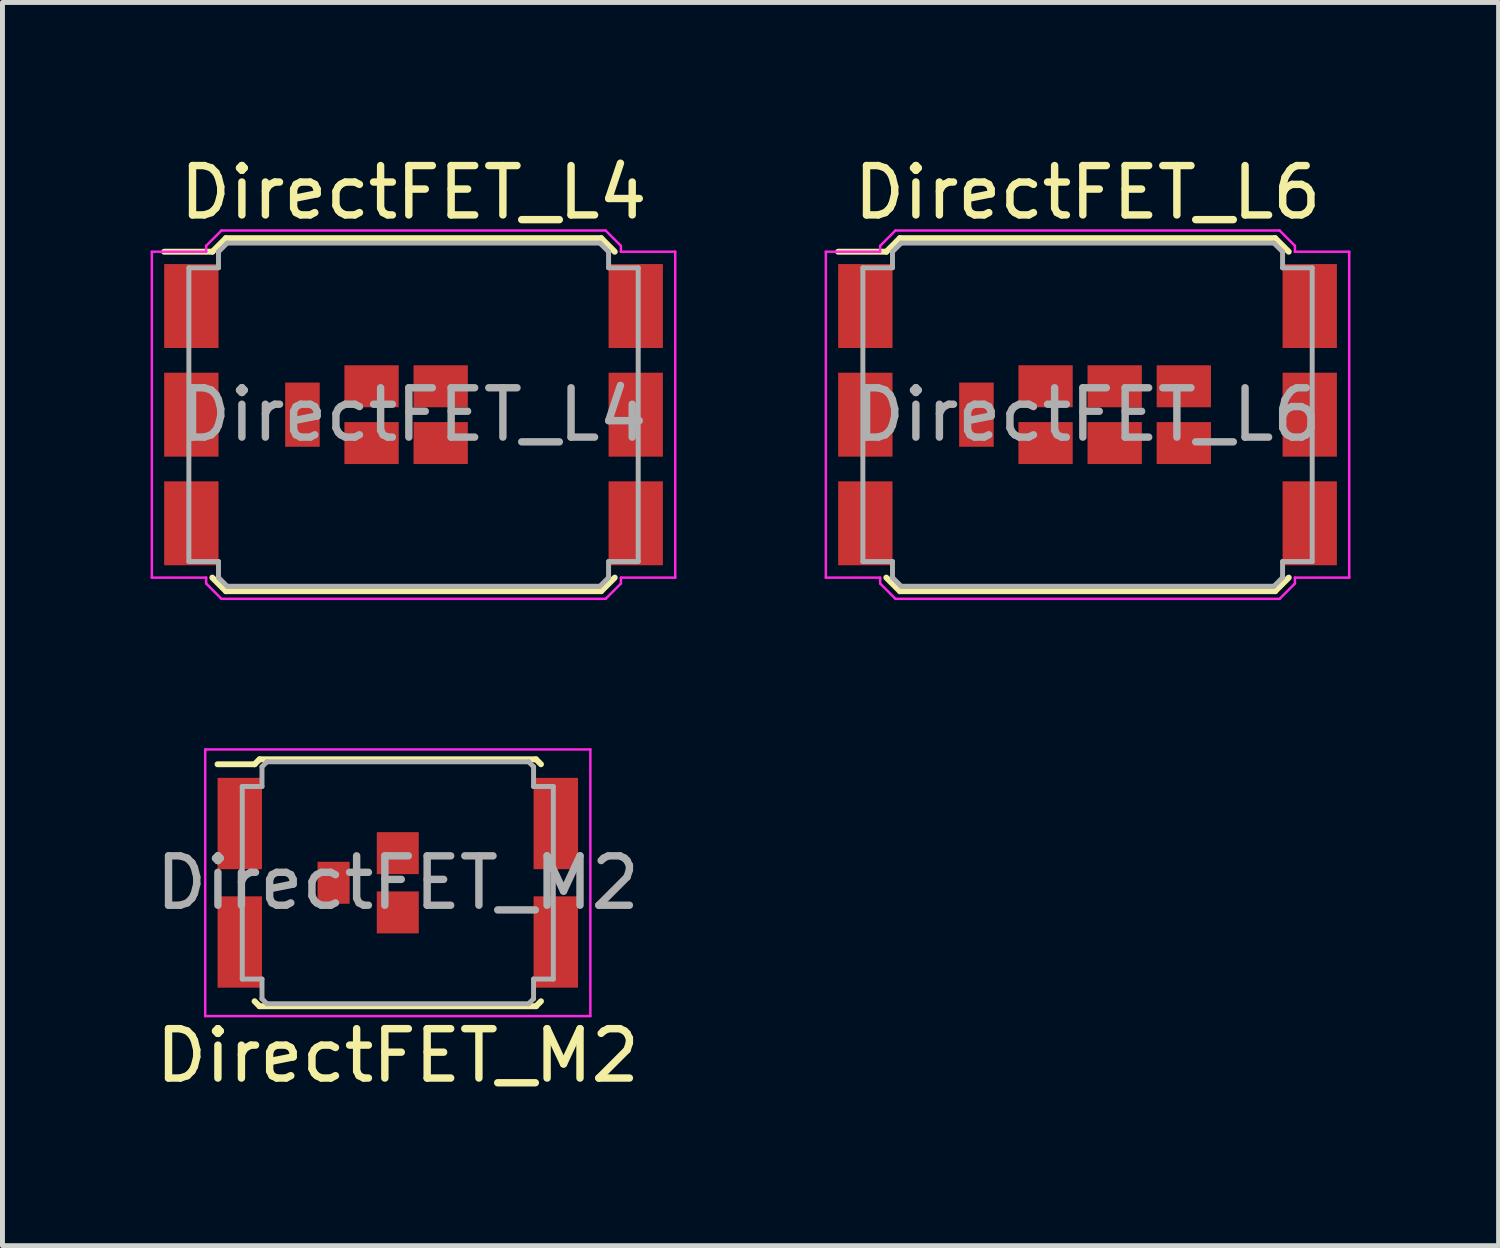
<source format=kicad_pcb>
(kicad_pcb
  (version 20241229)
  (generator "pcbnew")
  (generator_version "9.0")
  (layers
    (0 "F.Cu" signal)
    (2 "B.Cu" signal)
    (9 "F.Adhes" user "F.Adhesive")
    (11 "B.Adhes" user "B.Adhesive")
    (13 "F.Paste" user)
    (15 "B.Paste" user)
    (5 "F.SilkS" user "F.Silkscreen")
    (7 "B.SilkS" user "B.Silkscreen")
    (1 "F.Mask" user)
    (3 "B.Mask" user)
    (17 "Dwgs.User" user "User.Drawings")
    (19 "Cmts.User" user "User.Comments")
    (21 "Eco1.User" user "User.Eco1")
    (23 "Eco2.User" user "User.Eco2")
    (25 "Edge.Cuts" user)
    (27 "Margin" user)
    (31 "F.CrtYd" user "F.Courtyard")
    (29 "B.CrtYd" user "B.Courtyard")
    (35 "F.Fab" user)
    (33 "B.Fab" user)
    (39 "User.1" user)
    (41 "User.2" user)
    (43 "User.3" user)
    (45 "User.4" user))
  (footprint "DirectFET_L6"
    (layer "F.Cu")
    (at 18.975 5.348)
    (property "Reference" "DirectFET_L6" (at 0 -4.5 0) (layer "F.SilkS") (effects (font (size 1 1) (thickness 0.15))))
    (attr smd)
    (fp_line (start -5.05 -3.3) (end -4.075 -3.3) (stroke (width 0.12) (type solid)) (layer "F.SilkS"))
    (fp_line (start -4.075 -3.3) (end -3.8 -3.575) (stroke (width 0.12) (type solid)) (layer "F.SilkS"))
    (fp_line (start -4.075 3.3) (end -3.8 3.575) (stroke (width 0.12) (type solid)) (layer "F.SilkS"))
    (fp_line (start 3.8 -3.575) (end -3.8 -3.575) (stroke (width 0.12) (type solid)) (layer "F.SilkS"))
    (fp_line (start 3.8 3.575) (end -3.8 3.575) (stroke (width 0.12) (type solid)) (layer "F.SilkS"))
    (fp_line (start 4.075 -3.3) (end 3.8 -3.575) (stroke (width 0.12) (type solid)) (layer "F.SilkS"))
    (fp_line (start 4.075 3.3) (end 3.8 3.575) (stroke (width 0.12) (type solid)) (layer "F.SilkS"))
    (fp_line (start -5.3 -3.3) (end -5.3 3.3) (stroke (width 0.05) (type solid)) (layer "F.CrtYd"))
    (fp_line (start -4.2 -3.42) (end -3.89 -3.73) (stroke (width 0.05) (type solid)) (layer "F.CrtYd"))
    (fp_line (start -4.2 -3.3) (end -5.3 -3.3) (stroke (width 0.05) (type solid)) (layer "F.CrtYd"))
    (fp_line (start -4.2 -3.3) (end -4.2 -3.42) (stroke (width 0.05) (type solid)) (layer "F.CrtYd"))
    (fp_line (start -4.2 3.3) (end -5.3 3.3) (stroke (width 0.05) (type solid)) (layer "F.CrtYd"))
    (fp_line (start -4.2 3.3) (end -4.2 3.42) (stroke (width 0.05) (type solid)) (layer "F.CrtYd"))
    (fp_line (start -4.2 3.42) (end -3.89 3.73) (stroke (width 0.05) (type solid)) (layer "F.CrtYd"))
    (fp_line (start 3.89 -3.73) (end -3.89 -3.73) (stroke (width 0.05) (type solid)) (layer "F.CrtYd"))
    (fp_line (start 3.89 3.73) (end -3.89 3.73) (stroke (width 0.05) (type solid)) (layer "F.CrtYd"))
    (fp_line (start 4.2 -3.42) (end 3.89 -3.73) (stroke (width 0.05) (type solid)) (layer "F.CrtYd"))
    (fp_line (start 4.2 -3.3) (end 4.2 -3.42) (stroke (width 0.05) (type solid)) (layer "F.CrtYd"))
    (fp_line (start 4.2 -3.3) (end 5.3 -3.3) (stroke (width 0.05) (type solid)) (layer "F.CrtYd"))
    (fp_line (start 4.2 3.3) (end 4.2 3.42) (stroke (width 0.05) (type solid)) (layer "F.CrtYd"))
    (fp_line (start 4.2 3.3) (end 5.3 3.3) (stroke (width 0.05) (type solid)) (layer "F.CrtYd"))
    (fp_line (start 4.2 3.42) (end 3.89 3.73) (stroke (width 0.05) (type solid)) (layer "F.CrtYd"))
    (fp_line (start 5.3 -3.3) (end 5.3 3.3) (stroke (width 0.05) (type solid)) (layer "F.CrtYd"))
    (fp_line (start -4.55 -2.975) (end -4.55 2.975) (stroke (width 0.1) (type solid)) (layer "F.Fab"))
    (fp_line (start -4.55 -2.975) (end -3.95 -2.975) (stroke (width 0.1) (type solid)) (layer "F.Fab"))
    (fp_line (start -4.55 2.975) (end -3.95 2.975) (stroke (width 0.1) (type solid)) (layer "F.Fab"))
    (fp_line (start -3.95 -3.3) (end -3.775 -3.475) (stroke (width 0.1) (type solid)) (layer "F.Fab"))
    (fp_line (start -3.95 -2.975) (end -3.95 -3.3) (stroke (width 0.1) (type solid)) (layer "F.Fab"))
    (fp_line (start -3.95 2.975) (end -3.95 3.3) (stroke (width 0.1) (type solid)) (layer "F.Fab"))
    (fp_line (start -3.95 3.3) (end -3.775 3.475) (stroke (width 0.1) (type solid)) (layer "F.Fab"))
    (fp_line (start 3.775 -3.475) (end -3.775 -3.475) (stroke (width 0.1) (type solid)) (layer "F.Fab"))
    (fp_line (start 3.775 3.475) (end -3.775 3.475) (stroke (width 0.1) (type solid)) (layer "F.Fab"))
    (fp_line (start 3.95 -3.3) (end 3.775 -3.475) (stroke (width 0.1) (type solid)) (layer "F.Fab"))
    (fp_line (start 3.95 -2.975) (end 3.95 -3.3) (stroke (width 0.1) (type solid)) (layer "F.Fab"))
    (fp_line (start 3.95 2.975) (end 3.95 3.3) (stroke (width 0.1) (type solid)) (layer "F.Fab"))
    (fp_line (start 3.95 3.3) (end 3.775 3.475) (stroke (width 0.1) (type solid)) (layer "F.Fab"))
    (fp_line (start 4.55 -2.975) (end 3.95 -2.975) (stroke (width 0.1) (type solid)) (layer "F.Fab"))
    (fp_line (start 4.55 -2.975) (end 4.55 2.975) (stroke (width 0.1) (type solid)) (layer "F.Fab"))
    (fp_line (start 4.55 2.975) (end 3.95 2.975) (stroke (width 0.1) (type solid)) (layer "F.Fab"))
    (fp_text user "${REFERENCE}" (at 0 0 0) (layer "F.Fab") (effects (font (size 1 1) (thickness 0.15))))
    (pad "1" smd rect (at -4.5 -2.2) (size 1.1 1.7) (layers "F.Cu" "F.Mask" "F.Paste"))
    (pad "1" smd rect (at -4.5 0) (size 1.1 1.7) (layers "F.Cu" "F.Mask" "F.Paste"))
    (pad "1" smd rect (at -4.5 2.2) (size 1.1 1.7) (layers "F.Cu" "F.Mask" "F.Paste"))
    (pad "1" smd rect (at 4.5 -2.2) (size 1.1 1.7) (layers "F.Cu" "F.Mask" "F.Paste"))
    (pad "1" smd rect (at 4.5 0) (size 1.1 1.7) (layers "F.Cu" "F.Mask" "F.Paste"))
    (pad "1" smd rect (at 4.5 2.2) (size 1.1 1.7) (layers "F.Cu" "F.Mask" "F.Paste"))
    (pad "2" smd rect (at -2.25 0) (size 0.7 1.3) (layers "F.Cu" "F.Mask" "F.Paste"))
    (pad "3" smd rect (at -0.85 -0.575) (size 1.1 0.85) (layers "F.Cu" "F.Mask" "F.Paste"))
    (pad "3" smd rect (at -0.85 0.575) (size 1.1 0.85) (layers "F.Cu" "F.Mask" "F.Paste"))
    (pad "3" smd rect (at 0.55 -0.575) (size 1.1 0.85) (layers "F.Cu" "F.Mask" "F.Paste"))
    (pad "3" smd rect (at 0.55 0.575) (size 1.1 0.85) (layers "F.Cu" "F.Mask" "F.Paste"))
    (pad "3" smd rect (at 1.95 -0.575) (size 1.1 0.85) (layers "F.Cu" "F.Mask" "F.Paste"))
    (pad "3" smd rect (at 1.95 0.575) (size 1.1 0.85) (layers "F.Cu" "F.Mask" "F.Paste")))
  (footprint "DirectFET_M2"
    (layer "F.Cu")
    (at 5.006 14.828)
    (property "Reference" "DirectFET_M2" (at 0 3.5 0) (layer "F.SilkS") (effects (font (size 1 1) (thickness 0.15))))
    (attr smd)
    (fp_line (start -3.65 -2.4) (end -2.9 -2.4) (stroke (width 0.12) (type solid)) (layer "F.SilkS"))
    (fp_line (start -2.9 -2.4) (end -2.8 -2.5) (stroke (width 0.12) (type solid)) (layer "F.SilkS"))
    (fp_line (start -2.8 -2.5) (end 2.8 -2.5) (stroke (width 0.12) (type solid)) (layer "F.SilkS"))
    (fp_line (start -2.8 2.5) (end -2.9 2.4) (stroke (width 0.12) (type solid)) (layer "F.SilkS"))
    (fp_line (start 2.8 -2.5) (end 2.9 -2.4) (stroke (width 0.12) (type solid)) (layer "F.SilkS"))
    (fp_line (start 2.8 2.5) (end -2.8 2.5) (stroke (width 0.12) (type solid)) (layer "F.SilkS"))
    (fp_line (start 2.9 2.4) (end 2.8 2.5) (stroke (width 0.12) (type solid)) (layer "F.SilkS"))
    (fp_line (start -3.9 -2.7) (end -3.9 2.7) (stroke (width 0.05) (type solid)) (layer "F.CrtYd"))
    (fp_line (start -3.9 2.7) (end 3.9 2.7) (stroke (width 0.05) (type solid)) (layer "F.CrtYd"))
    (fp_line (start 3.9 -2.7) (end -3.9 -2.7) (stroke (width 0.05) (type solid)) (layer "F.CrtYd"))
    (fp_line (start 3.9 2.7) (end 3.9 -2.7) (stroke (width 0.05) (type solid)) (layer "F.CrtYd"))
    (fp_line (start -3.15 -1.95) (end -2.75 -1.95) (stroke (width 0.1) (type solid)) (layer "F.Fab"))
    (fp_line (start -3.15 1.95) (end -3.15 -1.95) (stroke (width 0.1) (type solid)) (layer "F.Fab"))
    (fp_line (start -3.15 1.95) (end -2.75 1.95) (stroke (width 0.1) (type solid)) (layer "F.Fab"))
    (fp_line (start -2.75 -2.35) (end -2.65 -2.45) (stroke (width 0.1) (type solid)) (layer "F.Fab"))
    (fp_line (start -2.75 -1.95) (end -2.75 -2.35) (stroke (width 0.1) (type solid)) (layer "F.Fab"))
    (fp_line (start -2.75 1.95) (end -2.75 2.35) (stroke (width 0.1) (type solid)) (layer "F.Fab"))
    (fp_line (start -2.75 2.35) (end -2.65 2.45) (stroke (width 0.1) (type solid)) (layer "F.Fab"))
    (fp_line (start -2.65 2.45) (end 2.65 2.45) (stroke (width 0.1) (type solid)) (layer "F.Fab"))
    (fp_line (start 2.65 -2.45) (end -2.65 -2.45) (stroke (width 0.1) (type solid)) (layer "F.Fab"))
    (fp_line (start 2.65 -2.45) (end 2.75 -2.35) (stroke (width 0.1) (type solid)) (layer "F.Fab"))
    (fp_line (start 2.75 -2.35) (end 2.75 -1.95) (stroke (width 0.1) (type solid)) (layer "F.Fab"))
    (fp_line (start 2.75 -1.95) (end 3.15 -1.95) (stroke (width 0.1) (type solid)) (layer "F.Fab"))
    (fp_line (start 2.75 1.95) (end 2.75 2.35) (stroke (width 0.1) (type solid)) (layer "F.Fab"))
    (fp_line (start 2.75 2.35) (end 2.65 2.45) (stroke (width 0.1) (type solid)) (layer "F.Fab"))
    (fp_line (start 3.15 -1.95) (end 3.15 1.95) (stroke (width 0.1) (type solid)) (layer "F.Fab"))
    (fp_line (start 3.15 1.95) (end 2.75 1.95) (stroke (width 0.1) (type solid)) (layer "F.Fab"))
    (fp_text user "${REFERENCE}" (at 0 0 0) (layer "F.Fab") (effects (font (size 1 1) (thickness 0.15))))
    (pad "1" smd rect (at -3.2 -1.2) (size 0.9 1.85) (layers "F.Cu" "F.Mask" "F.Paste"))
    (pad "1" smd rect (at -3.2 1.2) (size 0.9 1.85) (layers "F.Cu" "F.Mask" "F.Paste"))
    (pad "1" smd rect (at 3.2 -1.2) (size 0.9 1.85) (layers "F.Cu" "F.Mask" "F.Paste"))
    (pad "1" smd rect (at 3.2 1.2) (size 0.9 1.85) (layers "F.Cu" "F.Mask" "F.Paste"))
    (pad "2" smd rect (at -1.3 0) (size 0.65 0.85) (layers "F.Cu" "F.Mask" "F.Paste"))
    (pad "3" smd rect (at 0 -0.6) (size 0.85 0.85) (layers "F.Cu" "F.Mask" "F.Paste"))
    (pad "3" smd rect (at 0 0.6) (size 0.85 0.85) (layers "F.Cu" "F.Mask" "F.Paste")))
  (footprint "DirectFET_L4"
    (layer "F.Cu")
    (at 5.325 5.348)
    (property "Reference" "DirectFET_L4" (at 0 -4.5 0) (layer "F.SilkS") (effects (font (size 1 1) (thickness 0.15))))
    (attr smd)
    (fp_line (start -5.05 -3.3) (end -4.075 -3.3) (stroke (width 0.12) (type solid)) (layer "F.SilkS"))
    (fp_line (start -4.075 -3.3) (end -3.8 -3.575) (stroke (width 0.12) (type solid)) (layer "F.SilkS"))
    (fp_line (start -4.075 3.3) (end -3.8 3.575) (stroke (width 0.12) (type solid)) (layer "F.SilkS"))
    (fp_line (start 3.8 -3.575) (end -3.8 -3.575) (stroke (width 0.12) (type solid)) (layer "F.SilkS"))
    (fp_line (start 3.8 3.575) (end -3.8 3.575) (stroke (width 0.12) (type solid)) (layer "F.SilkS"))
    (fp_line (start 4.075 -3.3) (end 3.8 -3.575) (stroke (width 0.12) (type solid)) (layer "F.SilkS"))
    (fp_line (start 4.075 3.3) (end 3.8 3.575) (stroke (width 0.12) (type solid)) (layer "F.SilkS"))
    (fp_line (start -5.3 -3.3) (end -5.3 3.3) (stroke (width 0.05) (type solid)) (layer "F.CrtYd"))
    (fp_line (start -4.2 -3.42) (end -3.89 -3.73) (stroke (width 0.05) (type solid)) (layer "F.CrtYd"))
    (fp_line (start -4.2 -3.3) (end -5.3 -3.3) (stroke (width 0.05) (type solid)) (layer "F.CrtYd"))
    (fp_line (start -4.2 -3.3) (end -4.2 -3.42) (stroke (width 0.05) (type solid)) (layer "F.CrtYd"))
    (fp_line (start -4.2 3.3) (end -5.3 3.3) (stroke (width 0.05) (type solid)) (layer "F.CrtYd"))
    (fp_line (start -4.2 3.3) (end -4.2 3.42) (stroke (width 0.05) (type solid)) (layer "F.CrtYd"))
    (fp_line (start -4.2 3.42) (end -3.89 3.73) (stroke (width 0.05) (type solid)) (layer "F.CrtYd"))
    (fp_line (start 3.89 -3.73) (end -3.89 -3.73) (stroke (width 0.05) (type solid)) (layer "F.CrtYd"))
    (fp_line (start 3.89 3.73) (end -3.89 3.73) (stroke (width 0.05) (type solid)) (layer "F.CrtYd"))
    (fp_line (start 4.2 -3.42) (end 3.89 -3.73) (stroke (width 0.05) (type solid)) (layer "F.CrtYd"))
    (fp_line (start 4.2 -3.3) (end 4.2 -3.42) (stroke (width 0.05) (type solid)) (layer "F.CrtYd"))
    (fp_line (start 4.2 -3.3) (end 5.3 -3.3) (stroke (width 0.05) (type solid)) (layer "F.CrtYd"))
    (fp_line (start 4.2 3.3) (end 4.2 3.42) (stroke (width 0.05) (type solid)) (layer "F.CrtYd"))
    (fp_line (start 4.2 3.3) (end 5.3 3.3) (stroke (width 0.05) (type solid)) (layer "F.CrtYd"))
    (fp_line (start 4.2 3.42) (end 3.89 3.73) (stroke (width 0.05) (type solid)) (layer "F.CrtYd"))
    (fp_line (start 5.3 -3.3) (end 5.3 3.3) (stroke (width 0.05) (type solid)) (layer "F.CrtYd"))
    (fp_line (start -4.55 -2.975) (end -4.55 2.975) (stroke (width 0.1) (type solid)) (layer "F.Fab"))
    (fp_line (start -4.55 -2.975) (end -3.95 -2.975) (stroke (width 0.1) (type solid)) (layer "F.Fab"))
    (fp_line (start -4.55 2.975) (end -3.95 2.975) (stroke (width 0.1) (type solid)) (layer "F.Fab"))
    (fp_line (start -3.95 -3.3) (end -3.775 -3.475) (stroke (width 0.1) (type solid)) (layer "F.Fab"))
    (fp_line (start -3.95 -2.975) (end -3.95 -3.3) (stroke (width 0.1) (type solid)) (layer "F.Fab"))
    (fp_line (start -3.95 2.975) (end -3.95 3.3) (stroke (width 0.1) (type solid)) (layer "F.Fab"))
    (fp_line (start -3.95 3.3) (end -3.775 3.475) (stroke (width 0.1) (type solid)) (layer "F.Fab"))
    (fp_line (start 3.775 -3.475) (end -3.775 -3.475) (stroke (width 0.1) (type solid)) (layer "F.Fab"))
    (fp_line (start 3.775 3.475) (end -3.775 3.475) (stroke (width 0.1) (type solid)) (layer "F.Fab"))
    (fp_line (start 3.95 -3.3) (end 3.775 -3.475) (stroke (width 0.1) (type solid)) (layer "F.Fab"))
    (fp_line (start 3.95 -2.975) (end 3.95 -3.3) (stroke (width 0.1) (type solid)) (layer "F.Fab"))
    (fp_line (start 3.95 2.975) (end 3.95 3.3) (stroke (width 0.1) (type solid)) (layer "F.Fab"))
    (fp_line (start 3.95 3.3) (end 3.775 3.475) (stroke (width 0.1) (type solid)) (layer "F.Fab"))
    (fp_line (start 4.55 -2.975) (end 3.95 -2.975) (stroke (width 0.1) (type solid)) (layer "F.Fab"))
    (fp_line (start 4.55 -2.975) (end 4.55 2.975) (stroke (width 0.1) (type solid)) (layer "F.Fab"))
    (fp_line (start 4.55 2.975) (end 3.95 2.975) (stroke (width 0.1) (type solid)) (layer "F.Fab"))
    (fp_text user "${REFERENCE}" (at 0 0 0) (layer "F.Fab") (effects (font (size 1 1) (thickness 0.15))))
    (pad "1" smd rect (at -4.5 -2.2) (size 1.1 1.7) (layers "F.Cu" "F.Mask" "F.Paste"))
    (pad "1" smd rect (at -4.5 0) (size 1.1 1.7) (layers "F.Cu" "F.Mask" "F.Paste"))
    (pad "1" smd rect (at -4.5 2.2) (size 1.1 1.7) (layers "F.Cu" "F.Mask" "F.Paste"))
    (pad "1" smd rect (at 4.5 -2.2) (size 1.1 1.7) (layers "F.Cu" "F.Mask" "F.Paste"))
    (pad "1" smd rect (at 4.5 0) (size 1.1 1.7) (layers "F.Cu" "F.Mask" "F.Paste"))
    (pad "1" smd rect (at 4.5 2.2) (size 1.1 1.7) (layers "F.Cu" "F.Mask" "F.Paste"))
    (pad "2" smd rect (at -2.25 0) (size 0.7 1.3) (layers "F.Cu" "F.Mask" "F.Paste"))
    (pad "3" smd rect (at -0.85 -0.575) (size 1.1 0.85) (layers "F.Cu" "F.Mask" "F.Paste"))
    (pad "3" smd rect (at -0.85 0.575) (size 1.1 0.85) (layers "F.Cu" "F.Mask" "F.Paste"))
    (pad "3" smd rect (at 0.55 -0.575) (size 1.1 0.85) (layers "F.Cu" "F.Mask" "F.Paste"))
    (pad "3" smd rect (at 0.55 0.575) (size 1.1 0.85) (layers "F.Cu" "F.Mask" "F.Paste")))
  (gr_rect
    (start -3 -3)
    (end 27.3 22.177)
    (stroke (width 0.1) (type default))
    (fill no)
    (layer "Edge.Cuts")))
</source>
